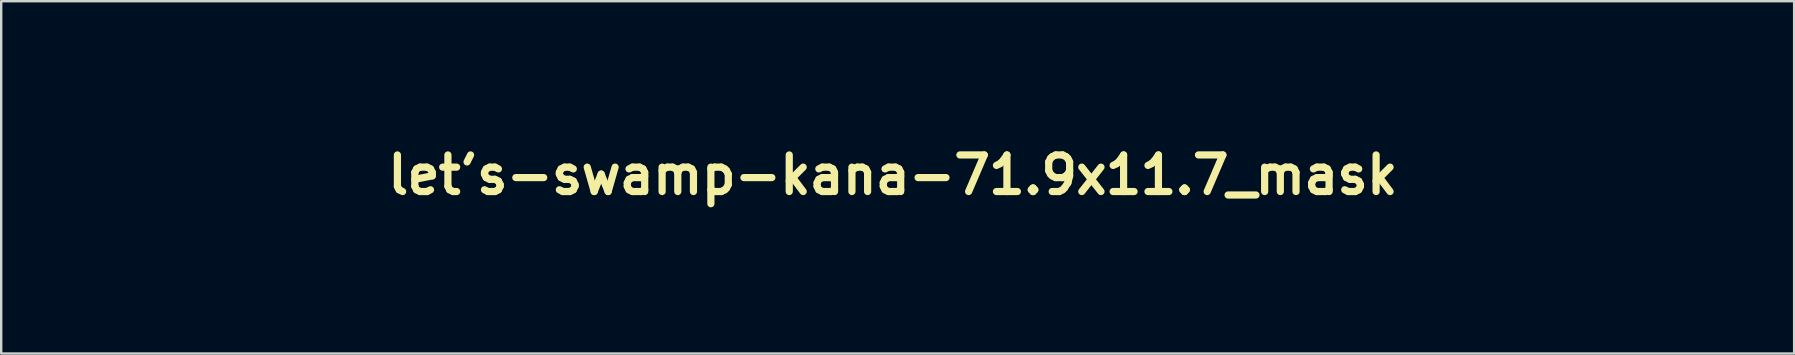
<source format=kicad_pcb>
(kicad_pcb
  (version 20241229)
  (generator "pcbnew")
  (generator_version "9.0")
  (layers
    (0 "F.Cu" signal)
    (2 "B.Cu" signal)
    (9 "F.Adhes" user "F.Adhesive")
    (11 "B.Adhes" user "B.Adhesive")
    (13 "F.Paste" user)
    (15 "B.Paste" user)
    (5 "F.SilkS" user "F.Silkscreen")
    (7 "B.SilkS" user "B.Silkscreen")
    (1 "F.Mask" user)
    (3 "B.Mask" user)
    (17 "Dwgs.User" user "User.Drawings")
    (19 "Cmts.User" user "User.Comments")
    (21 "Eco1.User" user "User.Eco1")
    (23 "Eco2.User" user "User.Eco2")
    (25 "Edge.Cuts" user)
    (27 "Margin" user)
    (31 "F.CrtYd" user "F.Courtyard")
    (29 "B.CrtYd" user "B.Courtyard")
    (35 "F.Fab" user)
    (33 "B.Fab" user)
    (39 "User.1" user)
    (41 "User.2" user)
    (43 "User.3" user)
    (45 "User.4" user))
  (footprint "let's-swamp-kana-71.9x11.7_mask"
    (layer "F.Cu")
    (at 34.158 4.242)
    (property "Reference" "let's-swamp-kana-71.9x11.7_mask" (at 0 0 0) (layer "F.SilkS") (effects (font (size 1.524 1.524) (thickness 0.3))))
    (attr through_hole)
    (fp_poly (pts (xy -23.386 -0.711) (xy -23.207 -0.554) (xy -23.018 -0.284) (xy -22.822 0.086) (xy -22.672 0.452) (xy -22.582 0.787) (xy -22.557 1.068) (xy -22.6 1.275) (xy -22.64 1.336) (xy -22.806 1.443) (xy -22.988 1.442) (xy -23.129 1.349) (xy -23.198 1.225) (xy -23.266 1.029) (xy -23.297 0.903) (xy -23.461 0.398) (xy -23.721 -0.041) (xy -23.778 -0.112) (xy -23.903 -0.325) (xy -23.923 -0.517) (xy -23.843 -0.667) (xy -23.671 -0.751) (xy -23.56 -0.762) (xy -23.386 -0.711)) (stroke (width 0.01) (type solid)) (fill yes) (layer "F.Mask"))
    (fp_poly (pts (xy -21.48 -0.898) (xy -21.355 -0.78) (xy -21.216 -0.565) (xy -21.074 -0.281) (xy -20.94 0.046) (xy -20.827 0.388) (xy -20.747 0.718) (xy -20.732 0.805) (xy -20.718 0.995) (xy -20.757 1.121) (xy -20.823 1.202) (xy -21.007 1.318) (xy -21.196 1.308) (xy -21.295 1.253) (xy -21.368 1.145) (xy -21.443 0.942) (xy -21.496 0.729) (xy -21.576 0.439) (xy -21.694 0.113) (xy -21.819 -0.165) (xy -21.935 -0.402) (xy -21.994 -0.56) (xy -22.005 -0.667) (xy -21.977 -0.752) (xy -21.841 -0.885) (xy -21.652 -0.937) (xy -21.48 -0.898)) (stroke (width 0.01) (type solid)) (fill yes) (layer "F.Mask"))
    (fp_poly (pts (xy -14.158 -2.482) (xy -13.985 -2.32) (xy -13.801 -2.073) (xy -13.615 -1.761) (xy -13.438 -1.403) (xy -13.279 -1.017) (xy -13.15 -0.623) (xy -13.061 -0.241) (xy -13.05 -0.177) (xy -13.061 0.046) (xy -13.156 0.212) (xy -13.307 0.303) (xy -13.488 0.3) (xy -13.611 0.237) (xy -13.686 0.127) (xy -13.762 -0.084) (xy -13.82 -0.319) (xy -14.001 -0.941) (xy -14.276 -1.489) (xy -14.447 -1.734) (xy -14.57 -1.921) (xy -14.65 -2.093) (xy -14.668 -2.177) (xy -14.613 -2.355) (xy -14.475 -2.49) (xy -14.309 -2.54) (xy -14.158 -2.482)) (stroke (width 0.01) (type solid)) (fill yes) (layer "F.Mask"))
    (fp_poly (pts (xy -11.536 -2.632) (xy -11.379 -2.493) (xy -11.379 -2.492) (xy -11.154 -2.118) (xy -10.942 -1.663) (xy -10.761 -1.173) (xy -10.627 -0.695) (xy -10.578 -0.432) (xy -10.559 -0.234) (xy -10.585 -0.108) (xy -10.664 -0.004) (xy -10.665 -0.003) (xy -10.848 0.112) (xy -11.037 0.101) (xy -11.137 0.045) (xy -11.216 -0.072) (xy -11.291 -0.29) (xy -11.334 -0.479) (xy -11.501 -1.12) (xy -11.737 -1.686) (xy -11.874 -1.926) (xy -11.98 -2.11) (xy -12.049 -2.261) (xy -12.065 -2.324) (xy -12.015 -2.514) (xy -11.888 -2.634) (xy -11.717 -2.676) (xy -11.536 -2.632)) (stroke (width 0.01) (type solid)) (fill yes) (layer "F.Mask"))
    (fp_poly (pts (xy 16.809 -2.383) (xy 17.149 -2.313) (xy 17.532 -2.203) (xy 17.932 -2.065) (xy 18.319 -1.909) (xy 18.665 -1.747) (xy 18.942 -1.591) (xy 19.115 -1.459) (xy 19.222 -1.279) (xy 19.222 -1.087) (xy 19.124 -0.931) (xy 18.965 -0.842) (xy 18.782 -0.856) (xy 18.554 -0.976) (xy 18.542 -0.984) (xy 18.241 -1.157) (xy 17.856 -1.328) (xy 17.43 -1.482) (xy 17.006 -1.602) (xy 16.923 -1.621) (xy 16.625 -1.691) (xy 16.43 -1.754) (xy 16.319 -1.824) (xy 16.268 -1.913) (xy 16.256 -2.03) (xy 16.304 -2.236) (xy 16.447 -2.358) (xy 16.679 -2.395) (xy 16.809 -2.383)) (stroke (width 0.01) (type solid)) (fill yes) (layer "F.Mask"))
    (fp_poly (pts (xy -18.667 -0.773) (xy -18.57 -0.67) (xy -18.523 -0.58) (xy -18.5 -0.472) (xy -18.5 -0.314) (xy -18.522 -0.075) (xy -18.54 0.076) (xy -18.618 0.61) (xy -18.716 1.061) (xy -18.848 1.472) (xy -19.025 1.888) (xy -19.052 1.945) (xy -19.449 2.628) (xy -19.944 3.231) (xy -20.537 3.753) (xy -21.21 4.184) (xy -21.489 4.33) (xy -21.687 4.411) (xy -21.828 4.432) (xy -21.938 4.398) (xy -22.035 4.318) (xy -22.141 4.168) (xy -22.143 4.022) (xy -22.037 3.873) (xy -21.816 3.71) (xy -21.605 3.591) (xy -20.964 3.186) (xy -20.42 2.701) (xy -19.976 2.137) (xy -19.633 1.497) (xy -19.392 0.782) (xy -19.341 0.558) (xy -19.291 0.273) (xy -19.255 -0.01) (xy -19.241 -0.231) (xy -19.241 -0.237) (xy -19.205 -0.534) (xy -19.1 -0.729) (xy -18.929 -0.819) (xy -18.857 -0.826) (xy -18.667 -0.773)) (stroke (width 0.01) (type solid)) (fill yes) (layer "F.Mask"))
    (fp_poly (pts (xy -7.634 -2.49) (xy -7.618 -2.475) (xy -7.55 -2.389) (xy -7.516 -2.282) (xy -7.512 -2.117) (xy -7.526 -1.919) (xy -7.653 -0.924) (xy -7.859 -0.022) (xy -8.149 0.798) (xy -8.527 1.546) (xy -8.997 2.23) (xy -9.564 2.862) (xy -9.629 2.926) (xy -10.149 3.388) (xy -10.675 3.768) (xy -11.257 4.104) (xy -11.349 4.151) (xy -11.618 4.281) (xy -11.802 4.353) (xy -11.928 4.371) (xy -12.022 4.341) (xy -12.092 4.282) (xy -12.166 4.147) (xy -12.192 3.993) (xy -12.16 3.837) (xy -12.043 3.724) (xy -11.995 3.696) (xy -11.256 3.262) (xy -10.629 2.83) (xy -10.101 2.385) (xy -9.656 1.913) (xy -9.282 1.403) (xy -8.963 0.839) (xy -8.924 0.759) (xy -8.705 0.233) (xy -8.519 -0.353) (xy -8.375 -0.957) (xy -8.284 -1.537) (xy -8.255 -2.009) (xy -8.219 -2.284) (xy -8.123 -2.482) (xy -7.982 -2.59) (xy -7.814 -2.597) (xy -7.634 -2.49)) (stroke (width 0.01) (type solid)) (fill yes) (layer "F.Mask"))
    (fp_poly (pts (xy 22.856 -0.859) (xy 22.968 -0.787) (xy 23.025 -0.682) (xy 23.041 -0.56) (xy 23.01 -0.4) (xy 22.927 -0.18) (xy 22.788 0.122) (xy 22.736 0.229) (xy 22.27 1.051) (xy 21.723 1.775) (xy 21.096 2.403) (xy 20.387 2.935) (xy 19.595 3.371) (xy 18.718 3.714) (xy 17.755 3.964) (xy 17.369 4.034) (xy 17.015 4.088) (xy 16.763 4.116) (xy 16.589 4.118) (xy 16.473 4.093) (xy 16.39 4.041) (xy 16.361 4.011) (xy 16.275 3.847) (xy 16.264 3.662) (xy 16.331 3.512) (xy 16.349 3.494) (xy 16.454 3.45) (xy 16.647 3.404) (xy 16.89 3.364) (xy 16.936 3.358) (xy 17.89 3.19) (xy 18.767 2.926) (xy 19.565 2.566) (xy 20.28 2.114) (xy 20.859 1.619) (xy 21.211 1.252) (xy 21.5 0.896) (xy 21.755 0.512) (xy 22.002 0.059) (xy 22.099 -0.135) (xy 22.218 -0.38) (xy 22.321 -0.588) (xy 22.391 -0.729) (xy 22.408 -0.762) (xy 22.517 -0.847) (xy 22.685 -0.88) (xy 22.856 -0.859)) (stroke (width 0.01) (type solid)) (fill yes) (layer "F.Mask"))
    (fp_poly (pts (xy -33.702 -2.661) (xy -33.646 -2.64) (xy -33.601 -2.592) (xy -33.565 -2.507) (xy -33.537 -2.373) (xy -33.517 -2.181) (xy -33.501 -1.92) (xy -33.49 -1.578) (xy -33.482 -1.146) (xy -33.475 -0.612) (xy -33.468 0.033) (xy -33.465 0.331) (xy -33.433 3.207) (xy -33.232 3.226) (xy -32.964 3.216) (xy -32.614 3.149) (xy -32.208 3.034) (xy -31.773 2.882) (xy -31.336 2.701) (xy -30.921 2.502) (xy -30.556 2.293) (xy -30.449 2.223) (xy -29.836 1.731) (xy -29.28 1.144) (xy -28.805 0.49) (xy -28.633 0.196) (xy -28.513 -0.017) (xy -28.425 -0.142) (xy -28.342 -0.202) (xy -28.237 -0.221) (xy -28.158 -0.222) (xy -27.988 -0.208) (xy -27.898 -0.15) (xy -27.852 -0.054) (xy -27.828 0.075) (xy -27.848 0.223) (xy -27.921 0.41) (xy -28.055 0.653) (xy -28.257 0.972) (xy -28.33 1.082) (xy -28.836 1.733) (xy -29.436 2.324) (xy -30.112 2.843) (xy -30.845 3.279) (xy -31.617 3.621) (xy -32.409 3.859) (xy -33.108 3.972) (xy -33.352 3.985) (xy -33.52 3.964) (xy -33.66 3.903) (xy -33.687 3.886) (xy -33.86 3.758) (xy -34.004 3.622) (xy -34.034 3.585) (xy -34.058 3.538) (xy -34.079 3.469) (xy -34.095 3.369) (xy -34.108 3.225) (xy -34.119 3.026) (xy -34.127 2.762) (xy -34.133 2.42) (xy -34.138 1.99) (xy -34.143 1.46) (xy -34.147 0.82) (xy -34.149 0.494) (xy -34.152 -0.262) (xy -34.153 -0.897) (xy -34.151 -1.42) (xy -34.146 -1.837) (xy -34.138 -2.154) (xy -34.127 -2.379) (xy -34.112 -2.518) (xy -34.094 -2.579) (xy -33.978 -2.646) (xy -33.854 -2.666) (xy -33.771 -2.666) (xy -33.702 -2.661)) (stroke (width 0.01) (type solid)) (fill yes) (layer "F.Mask"))
    (fp_poly (pts (xy 12.514 -2.114) (xy 12.764 -1.846) (xy 12.764 -0.929) (xy 12.75 -0.323) (xy 12.707 0.194) (xy 12.628 0.655) (xy 12.508 1.098) (xy 12.386 1.441) (xy 12.059 2.117) (xy 11.628 2.722) (xy 11.097 3.253) (xy 10.47 3.705) (xy 9.749 4.077) (xy 9.37 4.226) (xy 9.02 4.345) (xy 8.765 4.414) (xy 8.584 4.437) (xy 8.456 4.415) (xy 8.36 4.35) (xy 8.355 4.345) (xy 8.27 4.182) (xy 8.268 3.988) (xy 8.307 3.889) (xy 8.387 3.835) (xy 8.557 3.756) (xy 8.787 3.666) (xy 8.894 3.629) (xy 9.636 3.33) (xy 10.27 2.972) (xy 10.801 2.548) (xy 11.235 2.051) (xy 11.579 1.476) (xy 11.838 0.818) (xy 11.876 0.688) (xy 11.934 0.434) (xy 11.982 0.119) (xy 12.021 -0.23) (xy 12.048 -0.59) (xy 12.062 -0.932) (xy 12.061 -1.233) (xy 12.046 -1.465) (xy 12.013 -1.602) (xy 12.003 -1.617) (xy 11.969 -1.642) (xy 11.905 -1.662) (xy 11.799 -1.678) (xy 11.64 -1.69) (xy 11.416 -1.7) (xy 11.116 -1.707) (xy 10.728 -1.711) (xy 10.241 -1.713) (xy 9.644 -1.714) (xy 9.339 -1.715) (xy 8.649 -1.713) (xy 8.078 -1.71) (xy 7.617 -1.705) (xy 7.258 -1.696) (xy 6.992 -1.685) (xy 6.812 -1.67) (xy 6.71 -1.652) (xy 6.68 -1.638) (xy 6.646 -1.546) (xy 6.622 -1.344) (xy 6.608 -1.027) (xy 6.604 -0.634) (xy 6.6 -0.221) (xy 6.585 0.082) (xy 6.555 0.292) (xy 6.504 0.424) (xy 6.428 0.495) (xy 6.321 0.522) (xy 6.266 0.524) (xy 6.143 0.518) (xy 6.052 0.489) (xy 5.988 0.42) (xy 5.945 0.295) (xy 5.921 0.099) (xy 5.909 -0.187) (xy 5.906 -0.577) (xy 5.905 -0.74) (xy 5.905 -1.846) (xy 6.404 -2.381) (xy 12.265 -2.381) (xy 12.514 -2.114)) (stroke (width 0.01) (type solid)) (fill yes) (layer "F.Mask"))
    (fp_poly (pts (xy -0.624 -2.54) (xy -0.088 -2.537) (xy 0.346 -2.531) (xy 0.691 -2.519) (xy 0.959 -2.5) (xy 1.163 -2.472) (xy 1.316 -2.434) (xy 1.43 -2.383) (xy 1.518 -2.318) (xy 1.593 -2.237) (xy 1.666 -2.138) (xy 1.668 -2.135) (xy 1.778 -1.925) (xy 1.818 -1.688) (xy 1.785 -1.407) (xy 1.676 -1.064) (xy 1.49 -0.64) (xy 1.482 -0.624) (xy 1.316 -0.295) (xy 1.129 0.049) (xy 0.949 0.358) (xy 0.848 0.519) (xy 0.704 0.737) (xy 0.584 0.918) (xy 0.508 1.033) (xy 0.495 1.053) (xy 0.521 1.123) (xy 0.638 1.244) (xy 0.831 1.401) (xy 0.876 1.434) (xy 1.171 1.667) (xy 1.484 1.943) (xy 1.803 2.248) (xy 2.111 2.565) (xy 2.397 2.879) (xy 2.646 3.175) (xy 2.845 3.439) (xy 2.979 3.653) (xy 3.035 3.804) (xy 3.035 3.833) (xy 2.969 3.965) (xy 2.839 4.084) (xy 2.692 4.157) (xy 2.592 4.158) (xy 2.515 4.097) (xy 2.378 3.956) (xy 2.197 3.755) (xy 1.991 3.514) (xy 1.947 3.461) (xy 1.702 3.181) (xy 1.414 2.881) (xy 1.106 2.581) (xy 0.799 2.301) (xy 0.513 2.058) (xy 0.269 1.872) (xy 0.088 1.763) (xy 0.013 1.741) (xy -0.066 1.755) (xy -0.171 1.819) (xy -0.322 1.947) (xy -0.541 2.152) (xy -0.543 2.154) (xy -1.242 2.74) (xy -2.039 3.268) (xy -2.913 3.726) (xy -3.503 3.976) (xy -3.839 4.098) (xy -4.083 4.166) (xy -4.256 4.181) (xy -4.38 4.146) (xy -4.467 4.075) (xy -4.564 3.91) (xy -4.545 3.753) (xy -4.408 3.601) (xy -4.149 3.449) (xy -3.873 3.334) (xy -2.895 2.906) (xy -2.005 2.386) (xy -1.204 1.777) (xy -0.493 1.08) (xy 0.126 0.295) (xy 0.652 -0.576) (xy 0.699 -0.669) (xy 0.894 -1.074) (xy 1.016 -1.383) (xy 1.067 -1.603) (xy 1.048 -1.741) (xy 1.008 -1.784) (xy 0.927 -1.797) (xy 0.733 -1.808) (xy 0.441 -1.819) (xy 0.067 -1.828) (xy -0.375 -1.834) (xy -0.871 -1.839) (xy -1.405 -1.841) (xy -1.411 -1.841) (xy -2.017 -1.841) (xy -2.508 -1.842) (xy -2.897 -1.845) (xy -3.197 -1.85) (xy -3.419 -1.858) (xy -3.577 -1.87) (xy -3.682 -1.885) (xy -3.747 -1.905) (xy -3.784 -1.931) (xy -3.807 -1.962) (xy -3.808 -1.964) (xy -3.87 -2.182) (xy -3.815 -2.37) (xy -3.757 -2.435) (xy -3.716 -2.462) (xy -3.652 -2.485) (xy -3.551 -2.502) (xy -3.403 -2.516) (xy -3.193 -2.526) (xy -2.91 -2.532) (xy -2.542 -2.537) (xy -2.076 -2.539) (xy -1.499 -2.54) (xy -1.275 -2.54) (xy -0.624 -2.54)) (stroke (width 0.01) (type solid)) (fill yes) (layer "F.Mask"))
    (fp_poly (pts (xy 33.607 -4.234) (xy 33.907 -4.138) (xy 34.163 -3.965) (xy 34.364 -3.733) (xy 34.497 -3.457) (xy 34.554 -3.154) (xy 34.523 -2.842) (xy 34.393 -2.535) (xy 34.154 -2.251) (xy 34.142 -2.241) (xy 33.835 -2.052) (xy 33.484 -1.975) (xy 33.109 -2.011) (xy 32.934 -2.068) (xy 32.862 -2.09) (xy 32.852 -2.058) (xy 32.904 -1.946) (xy 32.926 -1.903) (xy 32.977 -1.727) (xy 33.008 -1.452) (xy 33.021 -1.107) (xy 33.016 -0.72) (xy 32.995 -0.317) (xy 32.957 0.073) (xy 32.905 0.424) (xy 32.839 0.707) (xy 32.832 0.73) (xy 32.531 1.481) (xy 32.136 2.16) (xy 31.655 2.76) (xy 31.096 3.273) (xy 30.469 3.689) (xy 29.782 4.001) (xy 29.364 4.129) (xy 29.04 4.196) (xy 28.716 4.238) (xy 28.421 4.252) (xy 28.185 4.238) (xy 28.036 4.194) (xy 28.016 4.178) (xy 27.952 4.047) (xy 27.942 3.873) (xy 27.981 3.713) (xy 28.051 3.63) (xy 28.17 3.595) (xy 28.37 3.559) (xy 28.589 3.531) (xy 29.272 3.403) (xy 29.91 3.161) (xy 30.496 2.817) (xy 31.018 2.378) (xy 31.466 1.856) (xy 31.83 1.26) (xy 32.099 0.6) (xy 32.232 0.078) (xy 32.275 -0.212) (xy 32.304 -0.535) (xy 32.319 -0.862) (xy 32.318 -1.165) (xy 32.303 -1.415) (xy 32.272 -1.586) (xy 32.245 -1.638) (xy 32.192 -1.658) (xy 32.069 -1.674) (xy 31.868 -1.687) (xy 31.582 -1.697) (xy 31.201 -1.705) (xy 30.719 -1.71) (xy 30.127 -1.713) (xy 29.417 -1.714) (xy 29.296 -1.715) (xy 26.423 -1.714) (xy 26.324 -1.856) (xy 26.234 -2.05) (xy 26.265 -2.216) (xy 26.344 -2.31) (xy 26.38 -2.334) (xy 26.435 -2.355) (xy 26.52 -2.371) (xy 26.647 -2.384) (xy 26.826 -2.394) (xy 27.069 -2.4) (xy 27.385 -2.404) (xy 27.786 -2.406) (xy 28.283 -2.405) (xy 28.888 -2.402) (xy 29.487 -2.399) (xy 30.093 -2.396) (xy 30.659 -2.394) (xy 31.172 -2.392) (xy 31.619 -2.392) (xy 31.99 -2.392) (xy 32.27 -2.394) (xy 32.448 -2.396) (xy 32.512 -2.399) (xy 32.512 -2.399) (xy 32.481 -2.459) (xy 32.406 -2.579) (xy 32.403 -2.584) (xy 32.323 -2.795) (xy 32.299 -3.025) (xy 33.033 -3.025) (xy 33.112 -2.844) (xy 33.254 -2.731) (xy 33.434 -2.702) (xy 33.623 -2.771) (xy 33.734 -2.87) (xy 33.834 -3.042) (xy 33.818 -3.221) (xy 33.778 -3.309) (xy 33.645 -3.45) (xy 33.464 -3.51) (xy 33.277 -3.493) (xy 33.122 -3.4) (xy 33.043 -3.259) (xy 33.033 -3.025) (xy 32.299 -3.025) (xy 32.292 -3.096) (xy 32.292 -3.11) (xy 32.345 -3.484) (xy 32.504 -3.8) (xy 32.756 -4.043) (xy 32.913 -4.131) (xy 33.272 -4.237) (xy 33.607 -4.234)) (stroke (width 0.01) (type solid)) (fill yes) (layer "F.Mask")))
  (gr_rect
    (start -3 -3)
    (end 71.717 11.684)
    (stroke (width 0.1) (type default))
    (fill no)
    (layer "Edge.Cuts")))
</source>
